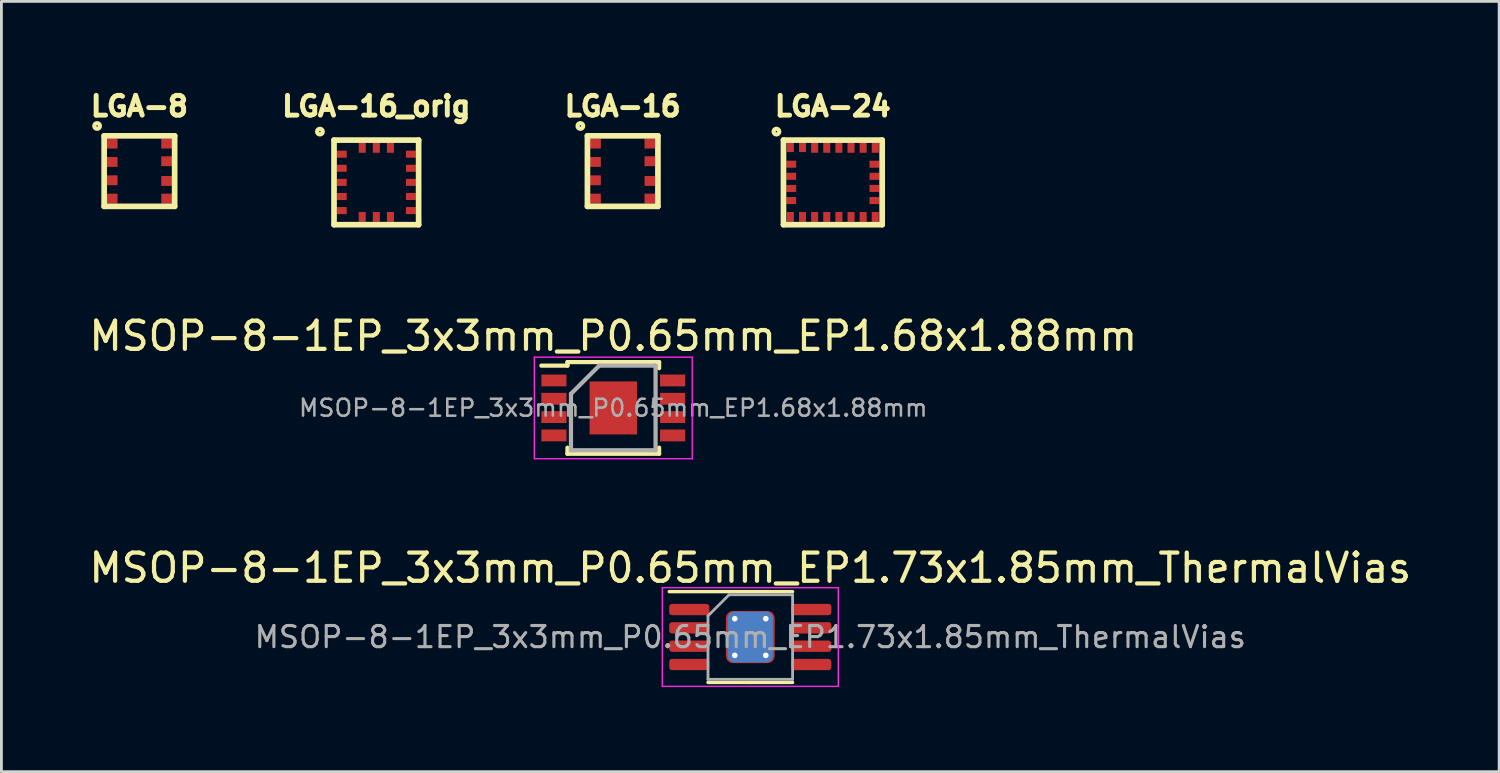
<source format=kicad_pcb>
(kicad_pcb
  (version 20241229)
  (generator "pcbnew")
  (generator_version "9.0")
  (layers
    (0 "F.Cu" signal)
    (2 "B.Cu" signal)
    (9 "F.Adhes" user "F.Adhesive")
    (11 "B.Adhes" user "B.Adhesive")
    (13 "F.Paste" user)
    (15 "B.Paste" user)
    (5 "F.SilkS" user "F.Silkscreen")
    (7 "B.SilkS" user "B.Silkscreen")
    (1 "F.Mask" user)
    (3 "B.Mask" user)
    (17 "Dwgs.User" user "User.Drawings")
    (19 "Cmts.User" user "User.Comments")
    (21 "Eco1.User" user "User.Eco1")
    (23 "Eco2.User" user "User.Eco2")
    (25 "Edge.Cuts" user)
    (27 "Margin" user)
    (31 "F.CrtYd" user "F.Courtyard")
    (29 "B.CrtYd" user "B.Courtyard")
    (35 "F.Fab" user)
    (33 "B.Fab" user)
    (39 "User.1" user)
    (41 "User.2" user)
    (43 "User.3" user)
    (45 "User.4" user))
  (footprint "LGA-24"
    (layer "F.Cu")
    (at 26.481 3.417)
    (property "Reference" "LGA-24" (at 0 -2.7 0) (layer "F.SilkS") (effects (font (size 0.7 0.7) (thickness 0.175))))
    (attr through_hole)
    (fp_line (start -1.75 -1.5) (end -1.75 1.5) (stroke (width 0.201) (type solid)) (layer "F.SilkS"))
    (fp_line (start -1.75 -1.5) (end 1.75 -1.5) (stroke (width 0.201) (type solid)) (layer "F.SilkS"))
    (fp_line (start 1.75 -1.5) (end 1.75 1.5) (stroke (width 0.201) (type solid)) (layer "F.SilkS"))
    (fp_line (start 1.75 1.5) (end -1.75 1.5) (stroke (width 0.201) (type solid)) (layer "F.SilkS"))
    (fp_circle (center -2 -1.8) (end -1.9 -1.8) (stroke (width 0.15) (type solid)) (fill no) (layer "F.SilkS"))
    (pad "1" smd rect (at -1.505 -1.25) (size 0.25 0.35) (layers "F.Cu" "F.Mask" "F.Paste"))
    (pad "2" smd rect (at -1.475 -0.645 270) (size 0.25 0.35) (layers "F.Cu" "F.Mask" "F.Paste"))
    (pad "3" smd rect (at -1.475 -0.215 270) (size 0.25 0.35) (layers "F.Cu" "F.Mask" "F.Paste"))
    (pad "4" smd rect (at -1.475 0.215 270) (size 0.25 0.35) (layers "F.Cu" "F.Mask" "F.Paste"))
    (pad "5" smd rect (at -1.475 0.645 270) (size 0.25 0.35) (layers "F.Cu" "F.Mask" "F.Paste"))
    (pad "6" smd rect (at -1.505 1.225 270) (size 0.35 0.25) (layers "F.Cu" "F.Mask" "F.Paste"))
    (pad "7" smd rect (at -1.075 1.225 270) (size 0.35 0.25) (layers "F.Cu" "F.Mask" "F.Paste"))
    (pad "8" smd rect (at -0.645 1.225 270) (size 0.35 0.25) (layers "F.Cu" "F.Mask" "F.Paste"))
    (pad "9" smd rect (at -0.215 1.225 270) (size 0.35 0.25) (layers "F.Cu" "F.Mask" "F.Paste"))
    (pad "10" smd rect (at 0.215 1.225 270) (size 0.35 0.25) (layers "F.Cu" "F.Mask" "F.Paste"))
    (pad "11" smd rect (at 0.645 1.225 270) (size 0.35 0.25) (layers "F.Cu" "F.Mask" "F.Paste"))
    (pad "12" smd rect (at 1.075 1.225 270) (size 0.35 0.25) (layers "F.Cu" "F.Mask" "F.Paste"))
    (pad "13" smd rect (at 1.505 1.225 270) (size 0.35 0.25) (layers "F.Cu" "F.Mask" "F.Paste"))
    (pad "14" smd rect (at 1.475 0.645 270) (size 0.25 0.35) (layers "F.Cu" "F.Mask" "F.Paste"))
    (pad "15" smd rect (at 1.475 0.215 270) (size 0.25 0.35) (layers "F.Cu" "F.Mask" "F.Paste"))
    (pad "16" smd rect (at 1.475 -0.215 270) (size 0.25 0.35) (layers "F.Cu" "F.Mask" "F.Paste"))
    (pad "17" smd rect (at 1.475 -0.645 270) (size 0.25 0.35) (layers "F.Cu" "F.Mask" "F.Paste"))
    (pad "18" smd rect (at 1.505 -1.225) (size 0.25 0.35) (layers "F.Cu" "F.Mask" "F.Paste"))
    (pad "19" smd rect (at 1.075 -1.225) (size 0.25 0.35) (layers "F.Cu" "F.Mask" "F.Paste"))
    (pad "20" smd rect (at 0.645 -1.225) (size 0.25 0.35) (layers "F.Cu" "F.Mask" "F.Paste"))
    (pad "21" smd rect (at 0.215 -1.225 270) (size 0.35 0.25) (layers "F.Cu" "F.Mask" "F.Paste"))
    (pad "22" smd rect (at -0.215 -1.225 270) (size 0.35 0.25) (layers "F.Cu" "F.Mask" "F.Paste"))
    (pad "23" smd rect (at -0.645 -1.225 270) (size 0.35 0.25) (layers "F.Cu" "F.Mask" "F.Paste"))
    (pad "24" smd rect (at -1.075 -1.25) (size 0.25 0.35) (layers "F.Cu" "F.Mask" "F.Paste")))
  (footprint "MSOP-8-1EP_3x3mm_P0.65mm_EP1.68x1.88mm"
    (layer "F.Cu")
    (at 18.696 11.415)
    (property "Reference" "MSOP-8-1EP_3x3mm_P0.65mm_EP1.68x1.88mm" (at 0 -2.55 0) (layer "F.SilkS") (effects (font (size 1 1) (thickness 0.15))))
    (attr smd)
    (fp_line (start -1.625 -1.625) (end -1.625 -1.5) (stroke (width 0.15) (type solid)) (layer "F.SilkS"))
    (fp_line (start -1.625 -1.625) (end 1.625 -1.625) (stroke (width 0.15) (type solid)) (layer "F.SilkS"))
    (fp_line (start -1.625 -1.5) (end -2.55 -1.5) (stroke (width 0.15) (type solid)) (layer "F.SilkS"))
    (fp_line (start -1.625 1.625) (end -1.625 1.41) (stroke (width 0.15) (type solid)) (layer "F.SilkS"))
    (fp_line (start -1.625 1.625) (end 1.625 1.625) (stroke (width 0.15) (type solid)) (layer "F.SilkS"))
    (fp_line (start 1.625 -1.625) (end 1.625 -1.41) (stroke (width 0.15) (type solid)) (layer "F.SilkS"))
    (fp_line (start 1.625 1.625) (end 1.625 1.41) (stroke (width 0.15) (type solid)) (layer "F.SilkS"))
    (fp_line (start -2.8 -1.8) (end -2.8 1.8) (stroke (width 0.05) (type solid)) (layer "F.CrtYd"))
    (fp_line (start -2.8 -1.8) (end 2.8 -1.8) (stroke (width 0.05) (type solid)) (layer "F.CrtYd"))
    (fp_line (start -2.8 1.8) (end 2.8 1.8) (stroke (width 0.05) (type solid)) (layer "F.CrtYd"))
    (fp_line (start 2.8 -1.8) (end 2.8 1.8) (stroke (width 0.05) (type solid)) (layer "F.CrtYd"))
    (fp_line (start -1.5 -0.5) (end -0.5 -1.5) (stroke (width 0.15) (type solid)) (layer "F.Fab"))
    (fp_line (start -1.5 1.5) (end -1.5 -0.5) (stroke (width 0.15) (type solid)) (layer "F.Fab"))
    (fp_line (start -0.5 -1.5) (end 1.5 -1.5) (stroke (width 0.15) (type solid)) (layer "F.Fab"))
    (fp_line (start 1.5 -1.5) (end 1.5 1.5) (stroke (width 0.15) (type solid)) (layer "F.Fab"))
    (fp_line (start 1.5 1.5) (end -1.5 1.5) (stroke (width 0.15) (type solid)) (layer "F.Fab"))
    (fp_text user "${REFERENCE}" (at 0 0 0) (layer "F.Fab") (effects (font (size 0.6 0.6) (thickness 0.09))))
    (pad "" smd rect (at -0.42 -0.47) (size 0.66 0.76) (layers "F.Paste"))
    (pad "" smd rect (at -0.42 0.47) (size 0.66 0.76) (layers "F.Paste"))
    (pad "" smd rect (at 0.42 -0.47) (size 0.66 0.76) (layers "F.Paste"))
    (pad "" smd rect (at 0.42 0.47) (size 0.66 0.76) (layers "F.Paste"))
    (pad "1" smd rect (at -2.105 -0.975) (size 0.89 0.42) (layers "F.Cu" "F.Mask" "F.Paste"))
    (pad "2" smd rect (at -2.105 -0.325) (size 0.89 0.42) (layers "F.Cu" "F.Mask" "F.Paste"))
    (pad "3" smd rect (at -2.105 0.325) (size 0.89 0.42) (layers "F.Cu" "F.Mask" "F.Paste"))
    (pad "4" smd rect (at -2.105 0.975) (size 0.89 0.42) (layers "F.Cu" "F.Mask" "F.Paste"))
    (pad "5" smd rect (at 2.105 0.975) (size 0.89 0.42) (layers "F.Cu" "F.Mask" "F.Paste"))
    (pad "6" smd rect (at 2.105 0.325) (size 0.89 0.42) (layers "F.Cu" "F.Mask" "F.Paste"))
    (pad "7" smd rect (at 2.105 -0.325) (size 0.89 0.42) (layers "F.Cu" "F.Mask" "F.Paste"))
    (pad "8" smd rect (at 2.105 -0.975) (size 0.89 0.42) (layers "F.Cu" "F.Mask" "F.Paste"))
    (pad "9" smd rect (at 0 0) (size 1.68 1.88) (layers "F.Cu" "F.Mask")))
  (footprint "LGA-16"
    (layer "F.Cu")
    (at 19.029 3.017)
    (property "Reference" "LGA-16" (at 0 -2.3 0) (layer "F.SilkS") (effects (font (size 0.7 0.7) (thickness 0.175))))
    (attr through_hole)
    (fp_line (start -1.25 -1.25) (end -1.25 1.25) (stroke (width 0.201) (type solid)) (layer "F.SilkS"))
    (fp_line (start -1.25 -1.25) (end 1.25 -1.25) (stroke (width 0.201) (type solid)) (layer "F.SilkS"))
    (fp_line (start 1.25 -1.25) (end 1.25 1.25) (stroke (width 0.201) (type solid)) (layer "F.SilkS"))
    (fp_line (start 1.25 1.25) (end -1.25 1.25) (stroke (width 0.201) (type solid)) (layer "F.SilkS"))
    (fp_circle (center -1.5 -1.6) (end -1.4 -1.6) (stroke (width 0.15) (type solid)) (fill no) (layer "F.SilkS"))
    (pad "1" smd rect (at -1.025 -0.975) (size 0.5 0.35) (layers "F.Cu" "F.Mask" "F.Paste"))
    (pad "2" smd rect (at -1.025 -0.325) (size 0.5 0.35) (layers "F.Cu" "F.Mask" "F.Paste"))
    (pad "3" smd rect (at -1.025 0.325) (size 0.5 0.35) (layers "F.Cu" "F.Mask" "F.Paste"))
    (pad "4" smd rect (at -1.025 0.975) (size 0.5 0.35) (layers "F.Cu" "F.Mask" "F.Paste"))
    (pad "5" smd rect (at 1.025 0.975) (size 0.5 0.35) (layers "F.Cu" "F.Mask" "F.Paste"))
    (pad "6" smd rect (at 1.025 0.35) (size 0.5 0.35) (layers "F.Cu" "F.Mask" "F.Paste"))
    (pad "7" smd rect (at 1.025 -0.35) (size 0.5 0.35) (layers "F.Cu" "F.Mask" "F.Paste"))
    (pad "8" smd rect (at 1.025 -0.975) (size 0.5 0.35) (layers "F.Cu" "F.Mask" "F.Paste")))
  (footprint "LGA-8"
    (layer "F.Cu")
    (at 1.893 3.017)
    (property "Reference" "LGA-8" (at 0 -2.3 0) (layer "F.SilkS") (effects (font (size 0.7 0.7) (thickness 0.175))))
    (attr through_hole)
    (fp_line (start -1.25 -1.25) (end -1.25 1.25) (stroke (width 0.201) (type solid)) (layer "F.SilkS"))
    (fp_line (start -1.25 -1.25) (end 1.25 -1.25) (stroke (width 0.201) (type solid)) (layer "F.SilkS"))
    (fp_line (start 1.25 -1.25) (end 1.25 1.25) (stroke (width 0.201) (type solid)) (layer "F.SilkS"))
    (fp_line (start 1.25 1.25) (end -1.25 1.25) (stroke (width 0.201) (type solid)) (layer "F.SilkS"))
    (fp_circle (center -1.5 -1.6) (end -1.4 -1.6) (stroke (width 0.15) (type solid)) (fill no) (layer "F.SilkS"))
    (pad "1" smd rect (at -1.025 -0.975) (size 0.5 0.35) (layers "F.Cu" "F.Mask" "F.Paste"))
    (pad "2" smd rect (at -1.025 -0.325) (size 0.5 0.35) (layers "F.Cu" "F.Mask" "F.Paste"))
    (pad "3" smd rect (at -1.025 0.325) (size 0.5 0.35) (layers "F.Cu" "F.Mask" "F.Paste"))
    (pad "4" smd rect (at -1.025 0.975) (size 0.5 0.35) (layers "F.Cu" "F.Mask" "F.Paste"))
    (pad "5" smd rect (at 1.025 0.975) (size 0.5 0.35) (layers "F.Cu" "F.Mask" "F.Paste"))
    (pad "6" smd rect (at 1.025 0.35) (size 0.5 0.35) (layers "F.Cu" "F.Mask" "F.Paste"))
    (pad "7" smd rect (at 1.025 -0.35) (size 0.5 0.35) (layers "F.Cu" "F.Mask" "F.Paste"))
    (pad "8" smd rect (at 1.025 -0.975) (size 0.5 0.35) (layers "F.Cu" "F.Mask" "F.Paste")))
  (footprint "MSOP-8-1EP_3x3mm_P0.65mm_EP1.73x1.85mm_ThermalVias"
    (layer "F.Cu")
    (at 23.554 19.538)
    (property "Reference" "MSOP-8-1EP_3x3mm_P0.65mm_EP1.73x1.85mm_ThermalVias" (at 0 -2.45 0) (layer "F.SilkS") (effects (font (size 1 1) (thickness 0.15))))
    (attr smd)
    (fp_line (start 0 -1.61) (end -2.875 -1.61) (stroke (width 0.12) (type solid)) (layer "F.SilkS"))
    (fp_line (start 0 -1.61) (end 1.5 -1.61) (stroke (width 0.12) (type solid)) (layer "F.SilkS"))
    (fp_line (start 0 1.61) (end -1.5 1.61) (stroke (width 0.12) (type solid)) (layer "F.SilkS"))
    (fp_line (start 0 1.61) (end 1.5 1.61) (stroke (width 0.12) (type solid)) (layer "F.SilkS"))
    (fp_line (start -3.12 -1.75) (end -3.12 1.75) (stroke (width 0.05) (type solid)) (layer "F.CrtYd"))
    (fp_line (start -3.12 1.75) (end 3.12 1.75) (stroke (width 0.05) (type solid)) (layer "F.CrtYd"))
    (fp_line (start 3.12 -1.75) (end -3.12 -1.75) (stroke (width 0.05) (type solid)) (layer "F.CrtYd"))
    (fp_line (start 3.12 1.75) (end 3.12 -1.75) (stroke (width 0.05) (type solid)) (layer "F.CrtYd"))
    (fp_line (start -1.5 -0.75) (end -0.75 -1.5) (stroke (width 0.1) (type solid)) (layer "F.Fab"))
    (fp_line (start -1.5 1.5) (end -1.5 -0.75) (stroke (width 0.1) (type solid)) (layer "F.Fab"))
    (fp_line (start -0.75 -1.5) (end 1.5 -1.5) (stroke (width 0.1) (type solid)) (layer "F.Fab"))
    (fp_line (start 1.5 -1.5) (end 1.5 1.5) (stroke (width 0.1) (type solid)) (layer "F.Fab"))
    (fp_line (start 1.5 1.5) (end -1.5 1.5) (stroke (width 0.1) (type solid)) (layer "F.Fab"))
    (fp_text user "${REFERENCE}" (at 0 0 0) (layer "F.Fab") (effects (font (size 0.75 0.75) (thickness 0.11))))
    (pad "" smd roundrect (at -0.43 -0.46) (size 0.72 0.77) (layers "F.Paste") (roundrect_rratio 0.25))
    (pad "" smd roundrect (at -0.43 0.46) (size 0.72 0.77) (layers "F.Paste") (roundrect_rratio 0.25))
    (pad "" smd roundrect (at 0.43 -0.46) (size 0.72 0.77) (layers "F.Paste") (roundrect_rratio 0.25))
    (pad "" smd roundrect (at 0.43 0.46) (size 0.72 0.77) (layers "F.Paste") (roundrect_rratio 0.25))
    (pad "1" smd roundrect (at -2.163 -0.975) (size 1.425 0.4) (layers "F.Cu" "F.Mask" "F.Paste") (roundrect_rratio 0.25))
    (pad "2" smd roundrect (at -2.163 -0.325) (size 1.425 0.4) (layers "F.Cu" "F.Mask" "F.Paste") (roundrect_rratio 0.25))
    (pad "3" smd roundrect (at -2.163 0.325) (size 1.425 0.4) (layers "F.Cu" "F.Mask" "F.Paste") (roundrect_rratio 0.25))
    (pad "4" smd roundrect (at -2.163 0.975) (size 1.425 0.4) (layers "F.Cu" "F.Mask" "F.Paste") (roundrect_rratio 0.25))
    (pad "5" smd roundrect (at 2.163 0.975) (size 1.425 0.4) (layers "F.Cu" "F.Mask" "F.Paste") (roundrect_rratio 0.25))
    (pad "6" smd roundrect (at 2.163 0.325) (size 1.425 0.4) (layers "F.Cu" "F.Mask" "F.Paste") (roundrect_rratio 0.25))
    (pad "7" smd roundrect (at 2.163 -0.325) (size 1.425 0.4) (layers "F.Cu" "F.Mask" "F.Paste") (roundrect_rratio 0.25))
    (pad "8" smd roundrect (at 2.163 -0.975) (size 1.425 0.4) (layers "F.Cu" "F.Mask" "F.Paste") (roundrect_rratio 0.25))
    (pad "9" thru_hole circle (at -0.55 -0.65) (size 0.5 0.5) (drill 0.2) (layers "*.Cu"))
    (pad "9" thru_hole circle (at -0.55 0.65) (size 0.5 0.5) (drill 0.2) (layers "*.Cu"))
    (pad "9" smd roundrect (at 0 0) (size 1.6 1.8) (layers "B.Cu") (roundrect_rratio 0.156))
    (pad "9" smd roundrect (at 0 0) (size 1.73 1.85) (layers "F.Cu" "F.Mask") (roundrect_rratio 0.145))
    (pad "9" thru_hole circle (at 0.55 -0.65) (size 0.5 0.5) (drill 0.2) (layers "*.Cu"))
    (pad "9" thru_hole circle (at 0.55 0.65) (size 0.5 0.5) (drill 0.2) (layers "*.Cu")))
  (footprint "LGA-16_orig"
    (layer "F.Cu")
    (at 10.294 3.417)
    (property "Reference" "LGA-16_orig" (at 0 -2.7 0) (layer "F.SilkS") (effects (font (size 0.7 0.7) (thickness 0.175))))
    (attr through_hole)
    (fp_line (start -1.5 -1.5) (end -1.5 1.5) (stroke (width 0.201) (type solid)) (layer "F.SilkS"))
    (fp_line (start -1.5 -1.5) (end 1.5 -1.5) (stroke (width 0.201) (type solid)) (layer "F.SilkS"))
    (fp_line (start 1.5 -1.5) (end 1.5 1.5) (stroke (width 0.201) (type solid)) (layer "F.SilkS"))
    (fp_line (start 1.5 1.5) (end -1.5 1.5) (stroke (width 0.201) (type solid)) (layer "F.SilkS"))
    (fp_circle (center -2 -1.8) (end -1.9 -1.8) (stroke (width 0.15) (type solid)) (fill no) (layer "F.SilkS"))
    (pad "1" smd rect (at -1.225 -1 270) (size 0.25 0.35) (layers "F.Cu" "F.Mask" "F.Paste"))
    (pad "2" smd rect (at -1.225 -0.5 270) (size 0.25 0.35) (layers "F.Cu" "F.Mask" "F.Paste"))
    (pad "3" smd rect (at -1.225 0 270) (size 0.25 0.35) (layers "F.Cu" "F.Mask" "F.Paste"))
    (pad "4" smd rect (at -1.225 0.5 270) (size 0.25 0.35) (layers "F.Cu" "F.Mask" "F.Paste"))
    (pad "5" smd rect (at -1.225 1 270) (size 0.25 0.35) (layers "F.Cu" "F.Mask" "F.Paste"))
    (pad "6" smd rect (at -0.5 1.225 270) (size 0.35 0.25) (layers "F.Cu" "F.Mask" "F.Paste"))
    (pad "7" smd rect (at 0 1.225 270) (size 0.35 0.25) (layers "F.Cu" "F.Mask" "F.Paste"))
    (pad "8" smd rect (at 0.5 1.225 270) (size 0.35 0.25) (layers "F.Cu" "F.Mask" "F.Paste"))
    (pad "9" smd rect (at 1.225 1 270) (size 0.25 0.35) (layers "F.Cu" "F.Mask" "F.Paste"))
    (pad "10" smd rect (at 1.225 0.5 270) (size 0.25 0.35) (layers "F.Cu" "F.Mask" "F.Paste"))
    (pad "11" smd rect (at 1.225 0 270) (size 0.25 0.35) (layers "F.Cu" "F.Mask" "F.Paste"))
    (pad "12" smd rect (at 1.225 -0.5 270) (size 0.25 0.35) (layers "F.Cu" "F.Mask" "F.Paste"))
    (pad "13" smd rect (at 1.225 -1 270) (size 0.25 0.35) (layers "F.Cu" "F.Mask" "F.Paste"))
    (pad "14" smd rect (at 0.5 -1.225 270) (size 0.35 0.25) (layers "F.Cu" "F.Mask" "F.Paste"))
    (pad "15" smd rect (at 0 -1.225 270) (size 0.35 0.25) (layers "F.Cu" "F.Mask" "F.Paste"))
    (pad "16" smd rect (at -0.5 -1.225 270) (size 0.35 0.25) (layers "F.Cu" "F.Mask" "F.Paste")))
  (gr_rect
    (start -3 -3)
    (end 50.107 24.313)
    (stroke (width 0.1) (type default))
    (fill no)
    (layer "Edge.Cuts")))
</source>
